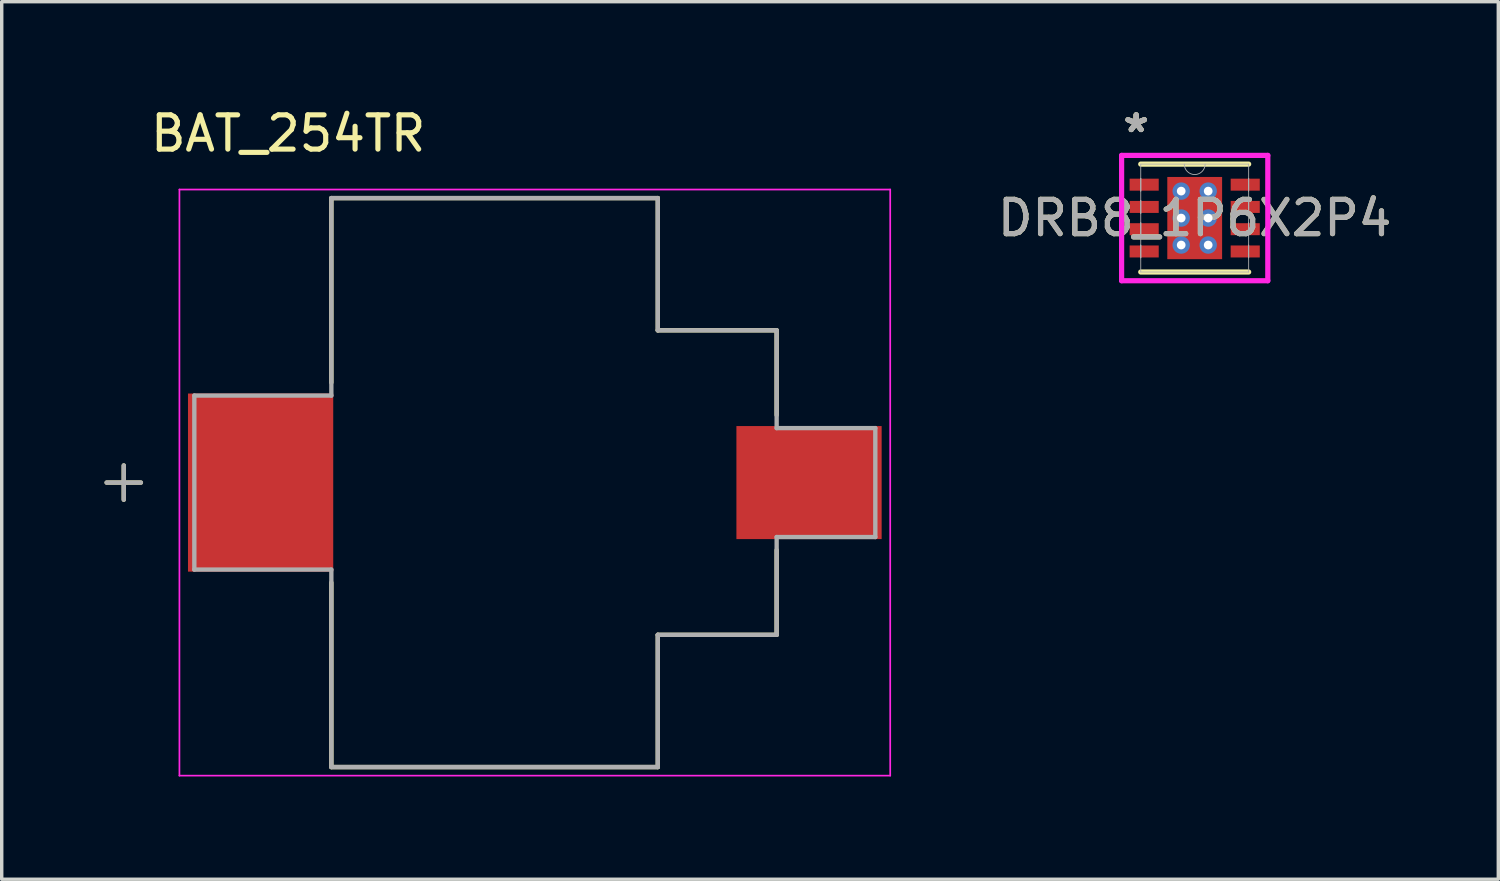
<source format=kicad_pcb>
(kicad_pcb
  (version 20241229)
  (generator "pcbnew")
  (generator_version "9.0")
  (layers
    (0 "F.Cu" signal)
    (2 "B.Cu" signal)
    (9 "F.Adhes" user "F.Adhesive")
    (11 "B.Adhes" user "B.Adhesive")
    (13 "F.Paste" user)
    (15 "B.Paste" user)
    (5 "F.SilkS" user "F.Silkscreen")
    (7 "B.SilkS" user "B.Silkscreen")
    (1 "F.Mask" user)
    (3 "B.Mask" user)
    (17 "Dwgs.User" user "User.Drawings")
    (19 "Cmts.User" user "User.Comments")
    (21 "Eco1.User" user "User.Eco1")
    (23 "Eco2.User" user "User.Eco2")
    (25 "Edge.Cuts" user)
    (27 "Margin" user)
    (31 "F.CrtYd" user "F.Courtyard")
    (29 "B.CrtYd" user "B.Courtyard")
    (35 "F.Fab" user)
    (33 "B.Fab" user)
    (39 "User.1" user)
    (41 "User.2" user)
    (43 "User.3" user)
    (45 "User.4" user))
  (footprint "DRB8_1P6X2P4"
    (layer "F.Cu")
    (at 31.827 3.316)
    (property "Reference" "DRB8_1P6X2P4" (at 0 0 0) (unlocked yes) (layer "F.SilkS") (effects (font (size 1 1) (thickness 0.15))))
    (attr smd)
    (fp_poly (pts (xy -1.97 -1.22) (xy -1.97 -0.73) (xy -0.98 -0.73) (xy -0.98 -1.22)) (stroke (width 0) (type solid)) (fill yes) (layer "F.Mask"))
    (fp_poly (pts (xy -1.97 -0.57) (xy -1.97 -0.08) (xy -0.98 -0.08) (xy -0.98 -0.57)) (stroke (width 0) (type solid)) (fill yes) (layer "F.Mask"))
    (fp_poly (pts (xy -1.97 0.08) (xy -1.97 0.57) (xy -0.98 0.57) (xy -0.98 0.08)) (stroke (width 0) (type solid)) (fill yes) (layer "F.Mask"))
    (fp_poly (pts (xy -1.97 0.73) (xy -1.97 1.22) (xy -0.98 1.22) (xy -0.98 0.73)) (stroke (width 0) (type solid)) (fill yes) (layer "F.Mask"))
    (fp_poly (pts (xy -0.864 -1.264) (xy -0.594 -1.264) (xy -0.594 1.264) (xy -0.864 1.264)) (stroke (width 0) (type solid)) (fill yes) (layer "F.Mask"))
    (fp_poly (pts (xy -0.864 -1.264) (xy 0.864 -1.264) (xy 0.864 -0.987) (xy -0.864 -0.987)) (stroke (width 0) (type solid)) (fill yes) (layer "F.Mask"))
    (fp_poly (pts (xy -0.864 -0.587) (xy 0.864 -0.587) (xy 0.864 -0.2) (xy -0.864 -0.2)) (stroke (width 0) (type solid)) (fill yes) (layer "F.Mask"))
    (fp_poly (pts (xy -0.864 0.2) (xy 0.864 0.2) (xy 0.864 0.587) (xy -0.864 0.587)) (stroke (width 0) (type solid)) (fill yes) (layer "F.Mask"))
    (fp_poly (pts (xy -0.864 0.987) (xy 0.864 0.987) (xy 0.864 1.264) (xy -0.864 1.264)) (stroke (width 0) (type solid)) (fill yes) (layer "F.Mask"))
    (fp_poly (pts (xy 0.194 -1.264) (xy -0.194 -1.264) (xy -0.194 1.264) (xy 0.194 1.264)) (stroke (width 0) (type solid)) (fill yes) (layer "F.Mask"))
    (fp_poly (pts (xy 0.594 -1.264) (xy 0.864 -1.264) (xy 0.864 1.264) (xy 0.594 1.264)) (stroke (width 0) (type solid)) (fill yes) (layer "F.Mask"))
    (fp_poly (pts (xy 0.98 -1.22) (xy 0.98 -0.73) (xy 1.97 -0.73) (xy 1.97 -1.22)) (stroke (width 0) (type solid)) (fill yes) (layer "F.Mask"))
    (fp_poly (pts (xy 0.98 -0.57) (xy 0.98 -0.08) (xy 1.97 -0.08) (xy 1.97 -0.57)) (stroke (width 0) (type solid)) (fill yes) (layer "F.Mask"))
    (fp_poly (pts (xy 0.98 0.08) (xy 0.98 0.57) (xy 1.97 0.57) (xy 1.97 0.08)) (stroke (width 0) (type solid)) (fill yes) (layer "F.Mask"))
    (fp_poly (pts (xy 0.98 0.73) (xy 0.98 1.22) (xy 1.97 1.22) (xy 1.97 0.73)) (stroke (width 0) (type solid)) (fill yes) (layer "F.Mask"))
    (fp_line (start -1.575 1.575) (end 1.575 1.575) (stroke (width 0.152) (type solid)) (layer "F.SilkS"))
    (fp_line (start 1.575 -1.575) (end -1.575 -1.575) (stroke (width 0.152) (type solid)) (layer "F.SilkS"))
    (fp_poly (pts (xy -1.875 -1.125) (xy -1.875 -0.825) (xy -1.075 -0.825) (xy -1.075 -1.125)) (stroke (width 0) (type solid)) (fill yes) (layer "F.Paste"))
    (fp_poly (pts (xy -1.875 -0.475) (xy -1.875 -0.175) (xy -1.075 -0.175) (xy -1.075 -0.475)) (stroke (width 0) (type solid)) (fill yes) (layer "F.Paste"))
    (fp_poly (pts (xy -1.875 0.175) (xy -1.875 0.475) (xy -1.075 0.475) (xy -1.075 0.175)) (stroke (width 0) (type solid)) (fill yes) (layer "F.Paste"))
    (fp_poly (pts (xy -1.875 0.825) (xy -1.875 1.125) (xy -1.075 1.125) (xy -1.075 0.825)) (stroke (width 0) (type solid)) (fill yes) (layer "F.Paste"))
    (fp_poly (pts (xy 1.075 -1.125) (xy 1.075 -0.825) (xy 1.875 -0.825) (xy 1.875 -1.125)) (stroke (width 0) (type solid)) (fill yes) (layer "F.Paste"))
    (fp_poly (pts (xy 1.075 -0.475) (xy 1.075 -0.175) (xy 1.875 -0.175) (xy 1.875 -0.475)) (stroke (width 0) (type solid)) (fill yes) (layer "F.Paste"))
    (fp_poly (pts (xy 1.075 0.175) (xy 1.075 0.475) (xy 1.875 0.475) (xy 1.875 0.175)) (stroke (width 0) (type solid)) (fill yes) (layer "F.Paste"))
    (fp_poly (pts (xy 1.075 0.825) (xy 1.075 1.125) (xy 1.875 1.125) (xy 1.875 0.825)) (stroke (width 0) (type solid)) (fill yes) (layer "F.Paste"))
    (fp_poly (pts (xy -0.725 -1.125) (xy -0.725 -0.887) (xy -0.635 -0.887) (xy -0.494 -1.029) (xy -0.494 -1.125)) (stroke (width 0) (type solid)) (fill yes) (layer "F.Paste"))
    (fp_poly (pts (xy -0.725 0.887) (xy -0.725 1.125) (xy -0.494 1.125) (xy -0.494 1.029) (xy -0.635 0.887)) (stroke (width 0) (type solid)) (fill yes) (layer "F.Paste"))
    (fp_poly (pts (xy 0.494 -1.125) (xy 0.494 -1.029) (xy 0.635 -0.887) (xy 0.725 -0.887) (xy 0.725 -1.125)) (stroke (width 0) (type solid)) (fill yes) (layer "F.Paste"))
    (fp_poly (pts (xy 0.635 0.887) (xy 0.494 1.029) (xy 0.494 1.125) (xy 0.725 1.125) (xy 0.725 0.887)) (stroke (width 0) (type solid)) (fill yes) (layer "F.Paste"))
    (fp_poly (pts (xy -0.725 -0.687) (xy -0.725 -0.1) (xy -0.635 -0.1) (xy -0.494 -0.241) (xy -0.494 -0.546) (xy -0.635 -0.687)) (stroke (width 0) (type solid)) (fill yes) (layer "F.Paste"))
    (fp_poly (pts (xy -0.725 0.1) (xy -0.725 0.687) (xy -0.635 0.687) (xy -0.494 0.546) (xy -0.494 0.241) (xy -0.635 0.1)) (stroke (width 0) (type solid)) (fill yes) (layer "F.Paste"))
    (fp_poly (pts (xy -0.294 -1.125) (xy -0.294 -1.029) (xy -0.152 -0.887) (xy 0.152 -0.887) (xy 0.294 -1.029) (xy 0.294 -1.125)) (stroke (width 0) (type solid)) (fill yes) (layer "F.Paste"))
    (fp_poly (pts (xy -0.152 0.887) (xy -0.294 1.029) (xy -0.294 1.125) (xy 0.294 1.125) (xy 0.294 1.029) (xy 0.152 0.887)) (stroke (width 0) (type solid)) (fill yes) (layer "F.Paste"))
    (fp_poly (pts (xy 0.635 -0.687) (xy 0.494 -0.546) (xy 0.494 -0.241) (xy 0.635 -0.1) (xy 0.725 -0.1) (xy 0.725 -0.687)) (stroke (width 0) (type solid)) (fill yes) (layer "F.Paste"))
    (fp_poly (pts (xy 0.635 0.1) (xy 0.494 0.241) (xy 0.494 0.546) (xy 0.635 0.687) (xy 0.725 0.687) (xy 0.725 0.1)) (stroke (width 0) (type solid)) (fill yes) (layer "F.Paste"))
    (fp_poly (pts (xy -0.152 -0.687) (xy -0.294 -0.546) (xy -0.294 -0.241) (xy -0.152 -0.1) (xy 0.152 -0.1) (xy 0.294 -0.241) (xy 0.294 -0.546) (xy 0.152 -0.687)) (stroke (width 0) (type solid)) (fill yes) (layer "F.Paste"))
    (fp_poly (pts (xy -0.152 0.1) (xy -0.294 0.241) (xy -0.294 0.546) (xy -0.152 0.687) (xy 0.152 0.687) (xy 0.294 0.546) (xy 0.294 0.241) (xy 0.152 0.1)) (stroke (width 0) (type solid)) (fill yes) (layer "F.Paste"))
    (fp_line (start -2.134 -1.829) (end 2.134 -1.829) (stroke (width 0.152) (type solid)) (layer "F.CrtYd"))
    (fp_line (start -2.134 1.829) (end -2.134 -1.829) (stroke (width 0.152) (type solid)) (layer "F.CrtYd"))
    (fp_line (start 2.134 -1.829) (end 2.134 1.829) (stroke (width 0.152) (type solid)) (layer "F.CrtYd"))
    (fp_line (start 2.134 1.829) (end -2.134 1.829) (stroke (width 0.152) (type solid)) (layer "F.CrtYd"))
    (fp_line (start -1.575 -1.575) (end -1.575 1.575) (stroke (width 0.025) (type solid)) (layer "F.Fab"))
    (fp_line (start -1.575 -1.16) (end -1.575 -1.16) (stroke (width 0.025) (type solid)) (layer "F.Fab"))
    (fp_line (start -1.575 -1.16) (end -1.575 -0.79) (stroke (width 0.025) (type solid)) (layer "F.Fab"))
    (fp_line (start -1.575 -0.79) (end -1.575 -1.16) (stroke (width 0.025) (type solid)) (layer "F.Fab"))
    (fp_line (start -1.575 -0.79) (end -1.575 -0.79) (stroke (width 0.025) (type solid)) (layer "F.Fab"))
    (fp_line (start -1.575 -0.51) (end -1.575 -0.51) (stroke (width 0.025) (type solid)) (layer "F.Fab"))
    (fp_line (start -1.575 -0.51) (end -1.575 -0.14) (stroke (width 0.025) (type solid)) (layer "F.Fab"))
    (fp_line (start -1.575 -0.14) (end -1.575 -0.51) (stroke (width 0.025) (type solid)) (layer "F.Fab"))
    (fp_line (start -1.575 -0.14) (end -1.575 -0.14) (stroke (width 0.025) (type solid)) (layer "F.Fab"))
    (fp_line (start -1.575 0.14) (end -1.575 0.14) (stroke (width 0.025) (type solid)) (layer "F.Fab"))
    (fp_line (start -1.575 0.14) (end -1.575 0.51) (stroke (width 0.025) (type solid)) (layer "F.Fab"))
    (fp_line (start -1.575 0.51) (end -1.575 0.14) (stroke (width 0.025) (type solid)) (layer "F.Fab"))
    (fp_line (start -1.575 0.51) (end -1.575 0.51) (stroke (width 0.025) (type solid)) (layer "F.Fab"))
    (fp_line (start -1.575 0.79) (end -1.575 0.79) (stroke (width 0.025) (type solid)) (layer "F.Fab"))
    (fp_line (start -1.575 0.79) (end -1.575 1.16) (stroke (width 0.025) (type solid)) (layer "F.Fab"))
    (fp_line (start -1.575 1.16) (end -1.575 0.79) (stroke (width 0.025) (type solid)) (layer "F.Fab"))
    (fp_line (start -1.575 1.16) (end -1.575 1.16) (stroke (width 0.025) (type solid)) (layer "F.Fab"))
    (fp_line (start -1.575 1.575) (end 1.575 1.575) (stroke (width 0.025) (type solid)) (layer "F.Fab"))
    (fp_line (start 1.575 -1.575) (end -1.575 -1.575) (stroke (width 0.025) (type solid)) (layer "F.Fab"))
    (fp_line (start 1.575 -1.16) (end 1.575 -1.16) (stroke (width 0.025) (type solid)) (layer "F.Fab"))
    (fp_line (start 1.575 -1.16) (end 1.575 -0.79) (stroke (width 0.025) (type solid)) (layer "F.Fab"))
    (fp_line (start 1.575 -0.79) (end 1.575 -1.16) (stroke (width 0.025) (type solid)) (layer "F.Fab"))
    (fp_line (start 1.575 -0.79) (end 1.575 -0.79) (stroke (width 0.025) (type solid)) (layer "F.Fab"))
    (fp_line (start 1.575 -0.51) (end 1.575 -0.51) (stroke (width 0.025) (type solid)) (layer "F.Fab"))
    (fp_line (start 1.575 -0.51) (end 1.575 -0.14) (stroke (width 0.025) (type solid)) (layer "F.Fab"))
    (fp_line (start 1.575 -0.14) (end 1.575 -0.51) (stroke (width 0.025) (type solid)) (layer "F.Fab"))
    (fp_line (start 1.575 -0.14) (end 1.575 -0.14) (stroke (width 0.025) (type solid)) (layer "F.Fab"))
    (fp_line (start 1.575 0.14) (end 1.575 0.14) (stroke (width 0.025) (type solid)) (layer "F.Fab"))
    (fp_line (start 1.575 0.14) (end 1.575 0.51) (stroke (width 0.025) (type solid)) (layer "F.Fab"))
    (fp_line (start 1.575 0.51) (end 1.575 0.14) (stroke (width 0.025) (type solid)) (layer "F.Fab"))
    (fp_line (start 1.575 0.51) (end 1.575 0.51) (stroke (width 0.025) (type solid)) (layer "F.Fab"))
    (fp_line (start 1.575 0.79) (end 1.575 0.79) (stroke (width 0.025) (type solid)) (layer "F.Fab"))
    (fp_line (start 1.575 0.79) (end 1.575 1.16) (stroke (width 0.025) (type solid)) (layer "F.Fab"))
    (fp_line (start 1.575 1.16) (end 1.575 0.79) (stroke (width 0.025) (type solid)) (layer "F.Fab"))
    (fp_line (start 1.575 1.16) (end 1.575 1.16) (stroke (width 0.025) (type solid)) (layer "F.Fab"))
    (fp_line (start 1.575 1.575) (end 1.575 -1.575) (stroke (width 0.025) (type solid)) (layer "F.Fab"))
    (fp_arc (start 0.3048 -1.574999) (mid 0 -1.270199) (end -0.3048 -1.574999) (stroke (width 0.0254) (type solid)) (layer "F.Fab"))
    (fp_text user "*" (at -1.709 -2.468 0) (unlocked yes) (layer "F.SilkS") (effects (font (size 1 1) (thickness 0.15))))
    (fp_text user "*" (at -1.709 -2.468 0) (layer "F.SilkS") (effects (font (size 1 1) (thickness 0.15))))
    (fp_text user "${REFERENCE}" (at 0 0 0) (unlocked yes) (layer "F.Fab") (effects (font (size 1 1) (thickness 0.15))))
    (fp_text user "*" (at -1.709 -2.468 0) (layer "F.Fab") (effects (font (size 1 1) (thickness 0.15))))
    (fp_text user "*" (at -1.709 -2.468 0) (unlocked yes) (layer "F.Fab") (effects (font (size 1 1) (thickness 0.15))))
    (pad "1" smd rect (at -1.475 -0.975) (size 0.85 0.35) (layers "F.Cu" "F.Mask"))
    (pad "2" smd rect (at -1.475 -0.325) (size 0.85 0.35) (layers "F.Cu" "F.Mask"))
    (pad "3" smd rect (at -1.475 0.325) (size 0.85 0.35) (layers "F.Cu" "F.Mask"))
    (pad "4" smd rect (at -1.475 0.975) (size 0.85 0.35) (layers "F.Cu" "F.Mask"))
    (pad "5" smd rect (at 1.475 0.975) (size 0.85 0.35) (layers "F.Cu" "F.Mask"))
    (pad "6" smd rect (at 1.475 0.325) (size 0.85 0.35) (layers "F.Cu" "F.Mask"))
    (pad "7" smd rect (at 1.475 -0.325) (size 0.85 0.35) (layers "F.Cu" "F.Mask"))
    (pad "8" smd rect (at 1.475 -0.975) (size 0.85 0.35) (layers "F.Cu" "F.Mask"))
    (pad "9" smd rect (at 0 0) (size 1.6 2.4) (layers "F.Cu"))
    (pad "V" thru_hole circle (at -0.394 -0.787) (size 0.508 0.508) (drill 0.254) (layers "*.Cu" "*.Mask"))
    (pad "V" thru_hole circle (at -0.394 0) (size 0.508 0.508) (drill 0.254) (layers "*.Cu" "*.Mask"))
    (pad "V" thru_hole circle (at -0.394 0.787) (size 0.508 0.508) (drill 0.254) (layers "*.Cu" "*.Mask"))
    (pad "V" thru_hole circle (at 0.394 -0.787) (size 0.508 0.508) (drill 0.254) (layers "*.Cu" "*.Mask"))
    (pad "V" thru_hole circle (at 0.394 0) (size 0.508 0.508) (drill 0.254) (layers "*.Cu" "*.Mask"))
    (pad "V" thru_hole circle (at 0.394 0.787) (size 0.508 0.508) (drill 0.254) (layers "*.Cu" "*.Mask")))
  (footprint "BAT_254TR"
    (layer "F.Cu")
    (at 12.563 11.038)
    (property "Reference" "BAT_254TR" (at -7.2 -10.19 0) (layer "F.SilkS") (effects (font (size 1 1) (thickness 0.15))))
    (attr smd)
    (fp_line (start -12.5 0) (end -11.5 0) (stroke (width 0.127) (type solid)) (layer "F.SilkS"))
    (fp_line (start -12 -0.5) (end -12 0.5) (stroke (width 0.127) (type solid)) (layer "F.SilkS"))
    (fp_line (start -5.94 -8.305) (end 3.59 -8.305) (stroke (width 0.127) (type solid)) (layer "F.SilkS"))
    (fp_line (start -5.94 -2.92) (end -5.94 -8.305) (stroke (width 0.127) (type solid)) (layer "F.SilkS"))
    (fp_line (start -5.94 8.305) (end -5.94 2.92) (stroke (width 0.127) (type solid)) (layer "F.SilkS"))
    (fp_line (start 3.59 -8.305) (end 3.59 -4.445) (stroke (width 0.127) (type solid)) (layer "F.SilkS"))
    (fp_line (start 3.59 -4.445) (end 7.06 -4.445) (stroke (width 0.127) (type solid)) (layer "F.SilkS"))
    (fp_line (start 3.59 4.445) (end 3.59 8.305) (stroke (width 0.127) (type solid)) (layer "F.SilkS"))
    (fp_line (start 3.59 8.305) (end -5.94 8.305) (stroke (width 0.127) (type solid)) (layer "F.SilkS"))
    (fp_line (start 7.06 -4.445) (end 7.06 -1.97) (stroke (width 0.127) (type solid)) (layer "F.SilkS"))
    (fp_line (start 7.06 4.445) (end 3.59 4.445) (stroke (width 0.127) (type solid)) (layer "F.SilkS"))
    (fp_line (start 7.06 4.445) (end 7.06 1.97) (stroke (width 0.127) (type solid)) (layer "F.SilkS"))
    (fp_line (start -10.375 -8.555) (end -10.375 8.555) (stroke (width 0.05) (type solid)) (layer "F.CrtYd"))
    (fp_line (start -10.375 8.555) (end 10.375 8.555) (stroke (width 0.05) (type solid)) (layer "F.CrtYd"))
    (fp_line (start 10.375 -8.555) (end -10.375 -8.555) (stroke (width 0.05) (type solid)) (layer "F.CrtYd"))
    (fp_line (start 10.375 8.555) (end 10.375 -8.555) (stroke (width 0.05) (type solid)) (layer "F.CrtYd"))
    (fp_line (start -12.5 0) (end -11.5 0) (stroke (width 0.127) (type solid)) (layer "F.Fab"))
    (fp_line (start -12 -0.5) (end -12 0.5) (stroke (width 0.127) (type solid)) (layer "F.Fab"))
    (fp_line (start -9.94 -2.54) (end -5.94 -2.54) (stroke (width 0.127) (type solid)) (layer "F.Fab"))
    (fp_line (start -9.94 2.54) (end -9.94 -2.54) (stroke (width 0.127) (type solid)) (layer "F.Fab"))
    (fp_line (start -5.94 -8.305) (end 3.59 -8.305) (stroke (width 0.127) (type solid)) (layer "F.Fab"))
    (fp_line (start -5.94 -2.54) (end -5.94 -8.305) (stroke (width 0.127) (type solid)) (layer "F.Fab"))
    (fp_line (start -5.94 2.54) (end -9.94 2.54) (stroke (width 0.127) (type solid)) (layer "F.Fab"))
    (fp_line (start -5.94 8.305) (end -5.94 2.54) (stroke (width 0.127) (type solid)) (layer "F.Fab"))
    (fp_line (start 3.59 -8.305) (end 3.59 -4.445) (stroke (width 0.127) (type solid)) (layer "F.Fab"))
    (fp_line (start 3.59 -4.445) (end 7.06 -4.445) (stroke (width 0.127) (type solid)) (layer "F.Fab"))
    (fp_line (start 3.59 4.445) (end 3.59 8.305) (stroke (width 0.127) (type solid)) (layer "F.Fab"))
    (fp_line (start 3.59 8.305) (end -5.94 8.305) (stroke (width 0.127) (type solid)) (layer "F.Fab"))
    (fp_line (start 7.06 -4.445) (end 7.06 -1.59) (stroke (width 0.127) (type solid)) (layer "F.Fab"))
    (fp_line (start 7.06 -1.59) (end 9.94 -1.59) (stroke (width 0.127) (type solid)) (layer "F.Fab"))
    (fp_line (start 7.06 1.59) (end 7.06 4.445) (stroke (width 0.127) (type solid)) (layer "F.Fab"))
    (fp_line (start 7.06 4.445) (end 3.59 4.445) (stroke (width 0.127) (type solid)) (layer "F.Fab"))
    (fp_line (start 9.94 -1.59) (end 9.94 1.59) (stroke (width 0.127) (type solid)) (layer "F.Fab"))
    (fp_line (start 9.94 1.59) (end 7.06 1.59) (stroke (width 0.127) (type solid)) (layer "F.Fab"))
    (pad "P1" smd rect (at -8.005 0) (size 4.24 5.2) (layers "F.Cu" "F.Mask" "F.Paste"))
    (pad "P2" smd rect (at 8.005 0) (size 4.24 3.3) (layers "F.Cu" "F.Mask" "F.Paste")))
  (gr_rect
    (start -3 -3)
    (end 40.69 22.618)
    (stroke (width 0.1) (type default))
    (fill no)
    (layer "Edge.Cuts")))
</source>
